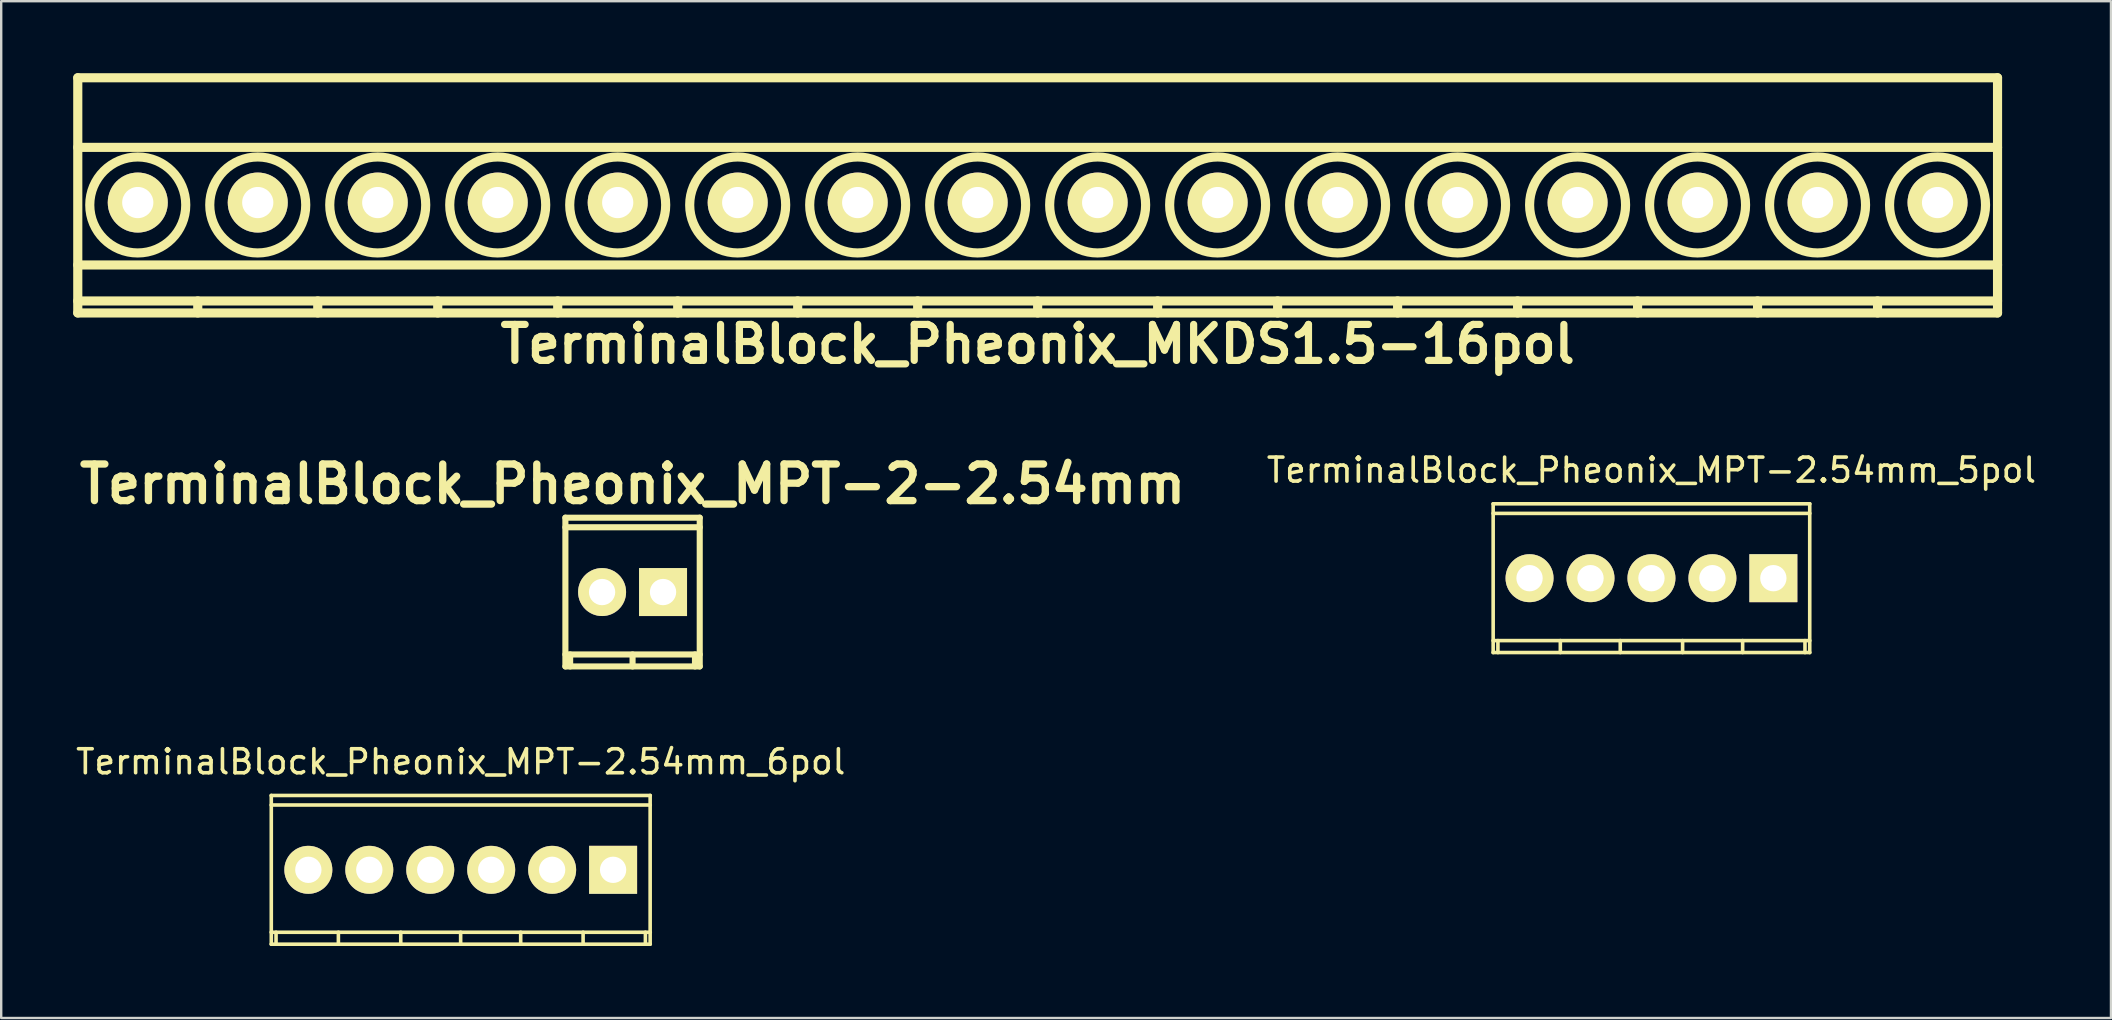
<source format=kicad_pcb>
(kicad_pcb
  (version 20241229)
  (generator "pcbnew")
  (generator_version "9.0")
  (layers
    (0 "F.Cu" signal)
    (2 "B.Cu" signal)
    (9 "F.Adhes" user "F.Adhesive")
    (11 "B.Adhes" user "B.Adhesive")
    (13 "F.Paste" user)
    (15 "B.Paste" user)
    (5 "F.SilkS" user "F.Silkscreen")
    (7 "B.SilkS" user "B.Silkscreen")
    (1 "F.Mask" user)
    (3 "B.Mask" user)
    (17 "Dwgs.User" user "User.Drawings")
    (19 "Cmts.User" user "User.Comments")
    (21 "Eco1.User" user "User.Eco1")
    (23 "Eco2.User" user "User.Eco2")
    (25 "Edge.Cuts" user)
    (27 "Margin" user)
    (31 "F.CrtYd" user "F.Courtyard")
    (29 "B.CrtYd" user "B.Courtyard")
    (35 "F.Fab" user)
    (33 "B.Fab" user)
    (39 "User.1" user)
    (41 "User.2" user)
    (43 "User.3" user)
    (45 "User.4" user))
  (footprint "TerminalBlock_Pheonix_MPT-2.54mm_5pol"
    (layer "F.Cu")
    (at 65.769 21.044)
    (property "Reference" "TerminalBlock_Pheonix_MPT-2.54mm_5pol" (at 0 -4.501 0) (layer "F.SilkS") (effects (font (size 1 1) (thickness 0.15))))
    (attr through_hole)
    (fp_line (start -6.599 -2.7) (end 6.599 -2.7) (stroke (width 0.15) (type solid)) (layer "F.SilkS"))
    (fp_line (start -6.599 2.601) (end 6.599 2.601) (stroke (width 0.15) (type solid)) (layer "F.SilkS"))
    (fp_line (start -6.596 -3.099) (end -6.596 3.099) (stroke (width 0.15) (type solid)) (layer "F.SilkS"))
    (fp_line (start -6.398 3.099) (end -6.398 2.601) (stroke (width 0.15) (type solid)) (layer "F.SilkS"))
    (fp_line (start -3.797 3.099) (end -3.797 2.601) (stroke (width 0.15) (type solid)) (layer "F.SilkS"))
    (fp_line (start -1.3 2.601) (end -1.3 3.099) (stroke (width 0.15) (type solid)) (layer "F.SilkS"))
    (fp_line (start 1.298 2.601) (end 1.298 3.099) (stroke (width 0.15) (type solid)) (layer "F.SilkS"))
    (fp_line (start 3.8 2.601) (end 3.8 3.099) (stroke (width 0.15) (type solid)) (layer "F.SilkS"))
    (fp_line (start 6.398 2.601) (end 6.398 3.099) (stroke (width 0.15) (type solid)) (layer "F.SilkS"))
    (fp_line (start 6.596 3.099) (end 6.596 -3.099) (stroke (width 0.15) (type solid)) (layer "F.SilkS"))
    (fp_line (start 6.599 -3.099) (end -6.599 -3.099) (stroke (width 0.15) (type solid)) (layer "F.SilkS"))
    (fp_line (start 6.599 3.099) (end -6.599 3.099) (stroke (width 0.15) (type solid)) (layer "F.SilkS"))
    (pad "1" thru_hole rect (at 5.08 0) (size 1.999 1.999) (drill 1.097) (layers "*.Cu" "*.Mask" "F.SilkS"))
    (pad "2" thru_hole oval (at 2.54 0) (size 1.999 1.999) (drill 1.097) (layers "*.Cu" "*.Mask" "F.SilkS"))
    (pad "3" thru_hole oval (at 0 0) (size 1.999 1.999) (drill 1.097) (layers "*.Cu" "*.Mask" "F.SilkS"))
    (pad "4" thru_hole oval (at -2.54 0) (size 1.999 1.999) (drill 1.097) (layers "*.Cu" "*.Mask" "F.SilkS"))
    (pad "5" thru_hole oval (at -5.08 0) (size 1.999 1.999) (drill 1.097) (layers "*.Cu" "*.Mask" "F.SilkS")))
  (footprint "TerminalBlock_Pheonix_MPT-2.54mm_6pol"
    (layer "F.Cu")
    (at 16.149 33.197)
    (property "Reference" "TerminalBlock_Pheonix_MPT-2.54mm_6pol" (at 0 -4.501 0) (layer "F.SilkS") (effects (font (size 1 1) (thickness 0.15))))
    (attr through_hole)
    (fp_line (start -7.899 3.099) (end 7.899 3.099) (stroke (width 0.15) (type solid)) (layer "F.SilkS"))
    (fp_line (start -7.894 -3.099) (end -7.894 3.099) (stroke (width 0.15) (type solid)) (layer "F.SilkS"))
    (fp_line (start -7.696 3.099) (end -7.696 2.601) (stroke (width 0.15) (type solid)) (layer "F.SilkS"))
    (fp_line (start -5.098 3.099) (end -5.098 2.601) (stroke (width 0.15) (type solid)) (layer "F.SilkS"))
    (fp_line (start -2.499 2.601) (end -2.499 3.099) (stroke (width 0.15) (type solid)) (layer "F.SilkS"))
    (fp_line (start -0.003 2.601) (end -0.003 3.099) (stroke (width 0.15) (type solid)) (layer "F.SilkS"))
    (fp_line (start 2.499 2.601) (end 2.499 3.099) (stroke (width 0.15) (type solid)) (layer "F.SilkS"))
    (fp_line (start 5.1 2.601) (end 5.1 3.099) (stroke (width 0.15) (type solid)) (layer "F.SilkS"))
    (fp_line (start 7.696 2.601) (end 7.696 3.099) (stroke (width 0.15) (type solid)) (layer "F.SilkS"))
    (fp_line (start 7.894 3.099) (end 7.894 -3.099) (stroke (width 0.15) (type solid)) (layer "F.SilkS"))
    (fp_line (start 7.899 -3.099) (end -7.899 -3.099) (stroke (width 0.15) (type solid)) (layer "F.SilkS"))
    (fp_line (start 7.899 -2.7) (end -7.899 -2.7) (stroke (width 0.15) (type solid)) (layer "F.SilkS"))
    (fp_line (start 7.899 2.601) (end -7.899 2.601) (stroke (width 0.15) (type solid)) (layer "F.SilkS"))
    (pad "1" thru_hole rect (at 6.35 0) (size 1.999 1.999) (drill 1.097) (layers "*.Cu" "*.Mask" "F.SilkS"))
    (pad "2" thru_hole oval (at 3.81 0) (size 1.999 1.999) (drill 1.097) (layers "*.Cu" "*.Mask" "F.SilkS"))
    (pad "3" thru_hole oval (at 1.27 0) (size 1.999 1.999) (drill 1.097) (layers "*.Cu" "*.Mask" "F.SilkS"))
    (pad "4" thru_hole oval (at -1.27 0) (size 1.999 1.999) (drill 1.097) (layers "*.Cu" "*.Mask" "F.SilkS"))
    (pad "5" thru_hole oval (at -3.81 0) (size 1.999 1.999) (drill 1.097) (layers "*.Cu" "*.Mask" "F.SilkS"))
    (pad "6" thru_hole oval (at -6.35 0) (size 1.999 1.999) (drill 1.097) (layers "*.Cu" "*.Mask" "F.SilkS")))
  (footprint "TerminalBlock_Pheonix_MPT-2-2.54mm"
    (layer "F.Cu")
    (at 23.31 21.622)
    (property "Reference" "TerminalBlock_Pheonix_MPT-2-2.54mm" (at 0 -4.501 0) (layer "F.SilkS") (effects (font (size 1.524 1.524) (thickness 0.305))))
    (attr through_hole)
    (fp_line (start -2.799 -3.099) (end -2.799 3.099) (stroke (width 0.254) (type solid)) (layer "F.SilkS"))
    (fp_line (start -2.799 -2.7) (end 2.799 -2.7) (stroke (width 0.254) (type solid)) (layer "F.SilkS"))
    (fp_line (start -2.799 3.099) (end 2.799 3.099) (stroke (width 0.254) (type solid)) (layer "F.SilkS"))
    (fp_line (start -2.601 3.099) (end -2.601 2.601) (stroke (width 0.254) (type solid)) (layer "F.SilkS"))
    (fp_line (start 0 3.099) (end 0 2.601) (stroke (width 0.254) (type solid)) (layer "F.SilkS"))
    (fp_line (start 2.601 2.601) (end 2.601 3.099) (stroke (width 0.254) (type solid)) (layer "F.SilkS"))
    (fp_line (start 2.799 -3.099) (end -2.799 -3.099) (stroke (width 0.254) (type solid)) (layer "F.SilkS"))
    (fp_line (start 2.799 2.601) (end -2.799 2.601) (stroke (width 0.254) (type solid)) (layer "F.SilkS"))
    (fp_line (start 2.799 3.099) (end 2.799 -3.099) (stroke (width 0.254) (type solid)) (layer "F.SilkS"))
    (pad "1" thru_hole rect (at 1.27 0) (size 1.999 1.999) (drill 1.097) (layers "*.Cu" "*.Mask" "F.SilkS"))
    (pad "2" thru_hole oval (at -1.27 0) (size 1.999 1.999) (drill 1.097) (layers "*.Cu" "*.Mask" "F.SilkS")))
  (footprint "TerminalBlock_Pheonix_MKDS1.5-16pol"
    (layer "F.Cu")
    (at 40.191 5.391)
    (property "Reference" "TerminalBlock_Pheonix_MKDS1.5-16pol" (at 0 5.9 0) (layer "F.SilkS") (effects (font (size 1.5 1.5) (thickness 0.3))))
    (attr through_hole)
    (fp_line (start -40 -5.2) (end -40 4.6) (stroke (width 0.381) (type solid)) (layer "F.SilkS"))
    (fp_line (start -40 -2.3) (end 40 -2.3) (stroke (width 0.381) (type solid)) (layer "F.SilkS"))
    (fp_line (start -40 2.6) (end 40 2.6) (stroke (width 0.381) (type solid)) (layer "F.SilkS"))
    (fp_line (start -40 4.1) (end 40 4.1) (stroke (width 0.381) (type solid)) (layer "F.SilkS"))
    (fp_line (start -40 4.6) (end 40 4.6) (stroke (width 0.381) (type solid)) (layer "F.SilkS"))
    (fp_line (start -35 4.1) (end -35 4.6) (stroke (width 0.381) (type solid)) (layer "F.SilkS"))
    (fp_line (start -30 4.1) (end -30 4.6) (stroke (width 0.381) (type solid)) (layer "F.SilkS"))
    (fp_line (start -25 4.1) (end -25 4.6) (stroke (width 0.381) (type solid)) (layer "F.SilkS"))
    (fp_line (start -20 4.1) (end -20 4.6) (stroke (width 0.381) (type solid)) (layer "F.SilkS"))
    (fp_line (start -15 4.1) (end -15 4.6) (stroke (width 0.381) (type solid)) (layer "F.SilkS"))
    (fp_line (start -10 4.1) (end -10 4.6) (stroke (width 0.381) (type solid)) (layer "F.SilkS"))
    (fp_line (start -5 4.1) (end -5 4.6) (stroke (width 0.381) (type solid)) (layer "F.SilkS"))
    (fp_line (start 0 4.1) (end 0 4.6) (stroke (width 0.381) (type solid)) (layer "F.SilkS"))
    (fp_line (start 5 4.1) (end 5 4.6) (stroke (width 0.381) (type solid)) (layer "F.SilkS"))
    (fp_line (start 10 4.1) (end 10 4.6) (stroke (width 0.381) (type solid)) (layer "F.SilkS"))
    (fp_line (start 15 4.1) (end 15 4.6) (stroke (width 0.381) (type solid)) (layer "F.SilkS"))
    (fp_line (start 20 4.1) (end 20 4.6) (stroke (width 0.381) (type solid)) (layer "F.SilkS"))
    (fp_line (start 25 4.1) (end 25 4.6) (stroke (width 0.381) (type solid)) (layer "F.SilkS"))
    (fp_line (start 30 4.1) (end 30 4.6) (stroke (width 0.381) (type solid)) (layer "F.SilkS"))
    (fp_line (start 35 4.1) (end 35 4.6) (stroke (width 0.381) (type solid)) (layer "F.SilkS"))
    (fp_line (start 40 -5.2) (end -40 -5.2) (stroke (width 0.381) (type solid)) (layer "F.SilkS"))
    (fp_line (start 40 4.6) (end 40 -5.2) (stroke (width 0.381) (type solid)) (layer "F.SilkS"))
    (fp_circle (center -37.5 0.1) (end -35.5 0.1) (stroke (width 0.381) (type solid)) (fill no) (layer "F.SilkS"))
    (fp_circle (center -32.5 0.1) (end -34.5 0.1) (stroke (width 0.381) (type solid)) (fill no) (layer "F.SilkS"))
    (fp_circle (center -27.5 0.1) (end -29.5 0.1) (stroke (width 0.381) (type solid)) (fill no) (layer "F.SilkS"))
    (fp_circle (center -22.5 0.1) (end -24.5 0.1) (stroke (width 0.381) (type solid)) (fill no) (layer "F.SilkS"))
    (fp_circle (center -17.5 0.1) (end -19.5 0.1) (stroke (width 0.381) (type solid)) (fill no) (layer "F.SilkS"))
    (fp_circle (center -12.5 0.1) (end -14.5 0.1) (stroke (width 0.381) (type solid)) (fill no) (layer "F.SilkS"))
    (fp_circle (center -7.5 0.1) (end -9.5 0.1) (stroke (width 0.381) (type solid)) (fill no) (layer "F.SilkS"))
    (fp_circle (center -2.5 0.1) (end -4.5 0.1) (stroke (width 0.381) (type solid)) (fill no) (layer "F.SilkS"))
    (fp_circle (center 2.5 0.1) (end 0.5 0.1) (stroke (width 0.381) (type solid)) (fill no) (layer "F.SilkS"))
    (fp_circle (center 7.5 0.1) (end 5.5 0.1) (stroke (width 0.381) (type solid)) (fill no) (layer "F.SilkS"))
    (fp_circle (center 12.5 0.1) (end 10.5 0.1) (stroke (width 0.381) (type solid)) (fill no) (layer "F.SilkS"))
    (fp_circle (center 17.5 0.1) (end 15.5 0.1) (stroke (width 0.381) (type solid)) (fill no) (layer "F.SilkS"))
    (fp_circle (center 22.5 0.1) (end 20.5 0.1) (stroke (width 0.381) (type solid)) (fill no) (layer "F.SilkS"))
    (fp_circle (center 27.5 0.1) (end 25.5 0.1) (stroke (width 0.381) (type solid)) (fill no) (layer "F.SilkS"))
    (fp_circle (center 32.5 0.1) (end 30.5 0.1) (stroke (width 0.381) (type solid)) (fill no) (layer "F.SilkS"))
    (fp_circle (center 37.5 0.1) (end 35.5 0.1) (stroke (width 0.381) (type solid)) (fill no) (layer "F.SilkS"))
    (pad "1" thru_hole circle (at -37.5 0) (size 2.5 2.5) (drill 1.3) (layers "*.Cu" "*.Mask" "F.SilkS"))
    (pad "2" thru_hole circle (at -32.5 0) (size 2.5 2.5) (drill 1.3) (layers "*.Cu" "*.Mask" "F.SilkS"))
    (pad "3" thru_hole circle (at -27.5 0) (size 2.5 2.5) (drill 1.3) (layers "*.Cu" "*.Mask" "F.SilkS"))
    (pad "4" thru_hole circle (at -22.5 0) (size 2.5 2.5) (drill 1.3) (layers "*.Cu" "*.Mask" "F.SilkS"))
    (pad "5" thru_hole circle (at -17.5 0) (size 2.5 2.5) (drill 1.3) (layers "*.Cu" "*.Mask" "F.SilkS"))
    (pad "6" thru_hole circle (at -12.5 0) (size 2.5 2.5) (drill 1.3) (layers "*.Cu" "*.Mask" "F.SilkS"))
    (pad "7" thru_hole circle (at -7.5 0) (size 2.5 2.5) (drill 1.3) (layers "*.Cu" "*.Mask" "F.SilkS"))
    (pad "8" thru_hole circle (at -2.5 0) (size 2.5 2.5) (drill 1.3) (layers "*.Cu" "*.Mask" "F.SilkS"))
    (pad "9" thru_hole circle (at 2.5 0) (size 2.5 2.5) (drill 1.3) (layers "*.Cu" "*.Mask" "F.SilkS"))
    (pad "10" thru_hole circle (at 7.5 0) (size 2.5 2.5) (drill 1.3) (layers "*.Cu" "*.Mask" "F.SilkS"))
    (pad "11" thru_hole circle (at 12.5 0) (size 2.5 2.5) (drill 1.3) (layers "*.Cu" "*.Mask" "F.SilkS"))
    (pad "12" thru_hole circle (at 17.5 0) (size 2.5 2.5) (drill 1.3) (layers "*.Cu" "*.Mask" "F.SilkS"))
    (pad "13" thru_hole circle (at 22.5 0) (size 2.5 2.5) (drill 1.3) (layers "*.Cu" "*.Mask" "F.SilkS"))
    (pad "14" thru_hole circle (at 27.5 0) (size 2.5 2.5) (drill 1.3) (layers "*.Cu" "*.Mask" "F.SilkS"))
    (pad "15" thru_hole circle (at 32.5 0) (size 2.5 2.5) (drill 1.3) (layers "*.Cu" "*.Mask" "F.SilkS"))
    (pad "16" thru_hole circle (at 37.5 0) (size 2.5 2.5) (drill 1.3) (layers "*.Cu" "*.Mask" "F.SilkS")))
  (gr_rect
    (start -3 -3)
    (end 84.918 39.371)
    (stroke (width 0.1) (type default))
    (fill no)
    (layer "Edge.Cuts")))
</source>
